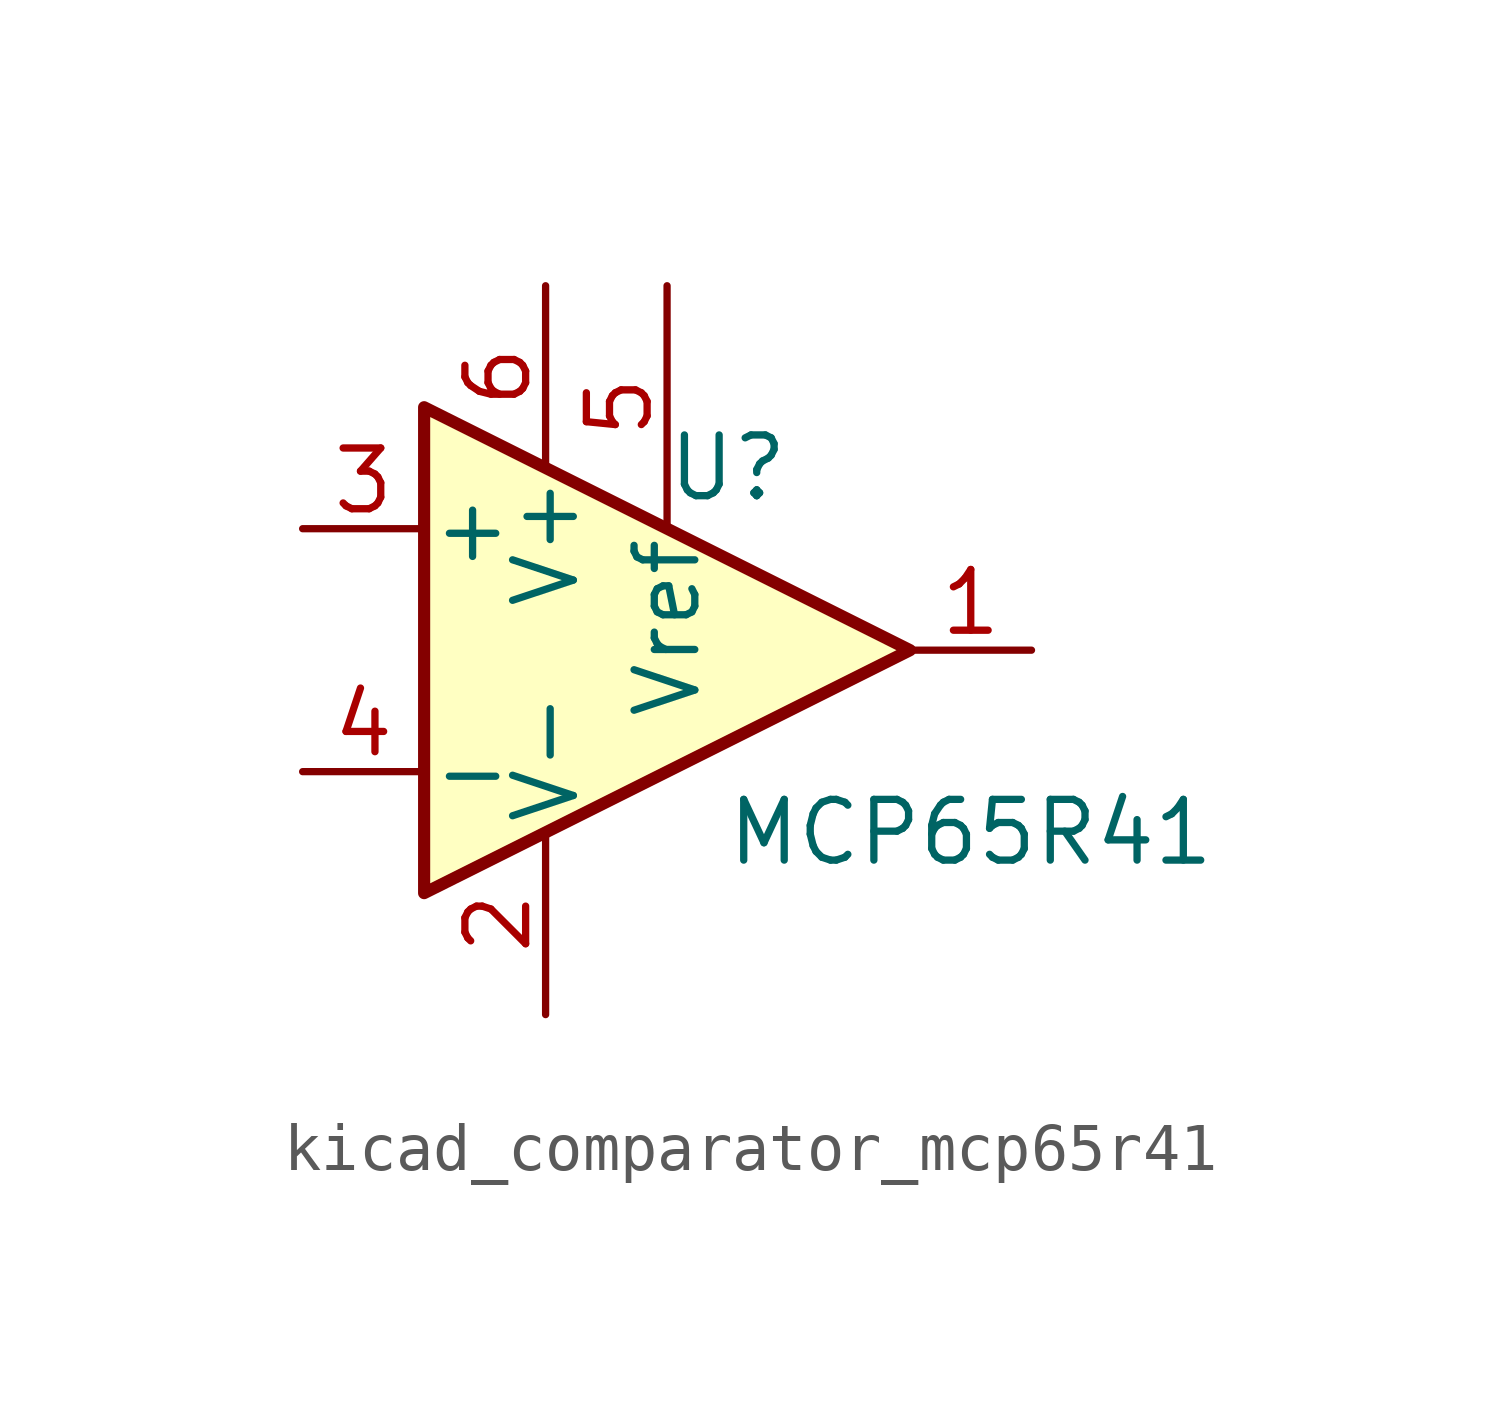
<source format=kicad_sym>
(kicad_symbol_lib
  (version 20220914)
  (generator kicad_symbol_editor)
  (symbol "kicad_comparator_mcp65r41"
    (pin_names
      (offset 0.127))
    (property "Reference" "U"
      (at 1.27 3.81 0)
      (effects (font (size 1.27 1.27))))
    (property "Value" "MCP65R41"
      (at 6.35 -3.81 0)
      (effects (font (size 1.27 1.27))))
    (symbol "kicad_comparator_mcp65r41_0_1"
      (polyline (pts (xy -5.08 5.08) (xy -5.08 -5.08) (xy 5.08 0) (xy -5.08 5.08)) (stroke (width 0.254) (type default)) (fill (type background))))
    (symbol "kicad_comparator_mcp65r41_1_1"
      (pin output line (at 7.62 0 180) (length 2.54) (name "~" (effects (font (size 1.27 1.27)))) (number "1" (effects (font (size 1.27 1.27)))))
      (pin power_in line (at -2.54 -7.62 90) (length 3.81) (name "V-" (effects (font (size 1.27 1.27)))) (number "2" (effects (font (size 1.27 1.27)))))
      (pin input line (at -7.62 2.54 0) (length 2.54) (name "+" (effects (font (size 1.27 1.27)))) (number "3" (effects (font (size 1.27 1.27)))))
      (pin input line (at -7.62 -2.54 0) (length 2.54) (name "-" (effects (font (size 1.27 1.27)))) (number "4" (effects (font (size 1.27 1.27)))))
      (pin power_out line (at 0 7.62 270) (length 5.08) (name "Vref" (effects (font (size 1.27 1.27)))) (number "5" (effects (font (size 1.27 1.27)))))
      (pin power_in line (at -2.54 7.62 270) (length 3.81) (name "V+" (effects (font (size 1.27 1.27)))) (number "6" (effects (font (size 1.27 1.27))))))))
</source>
